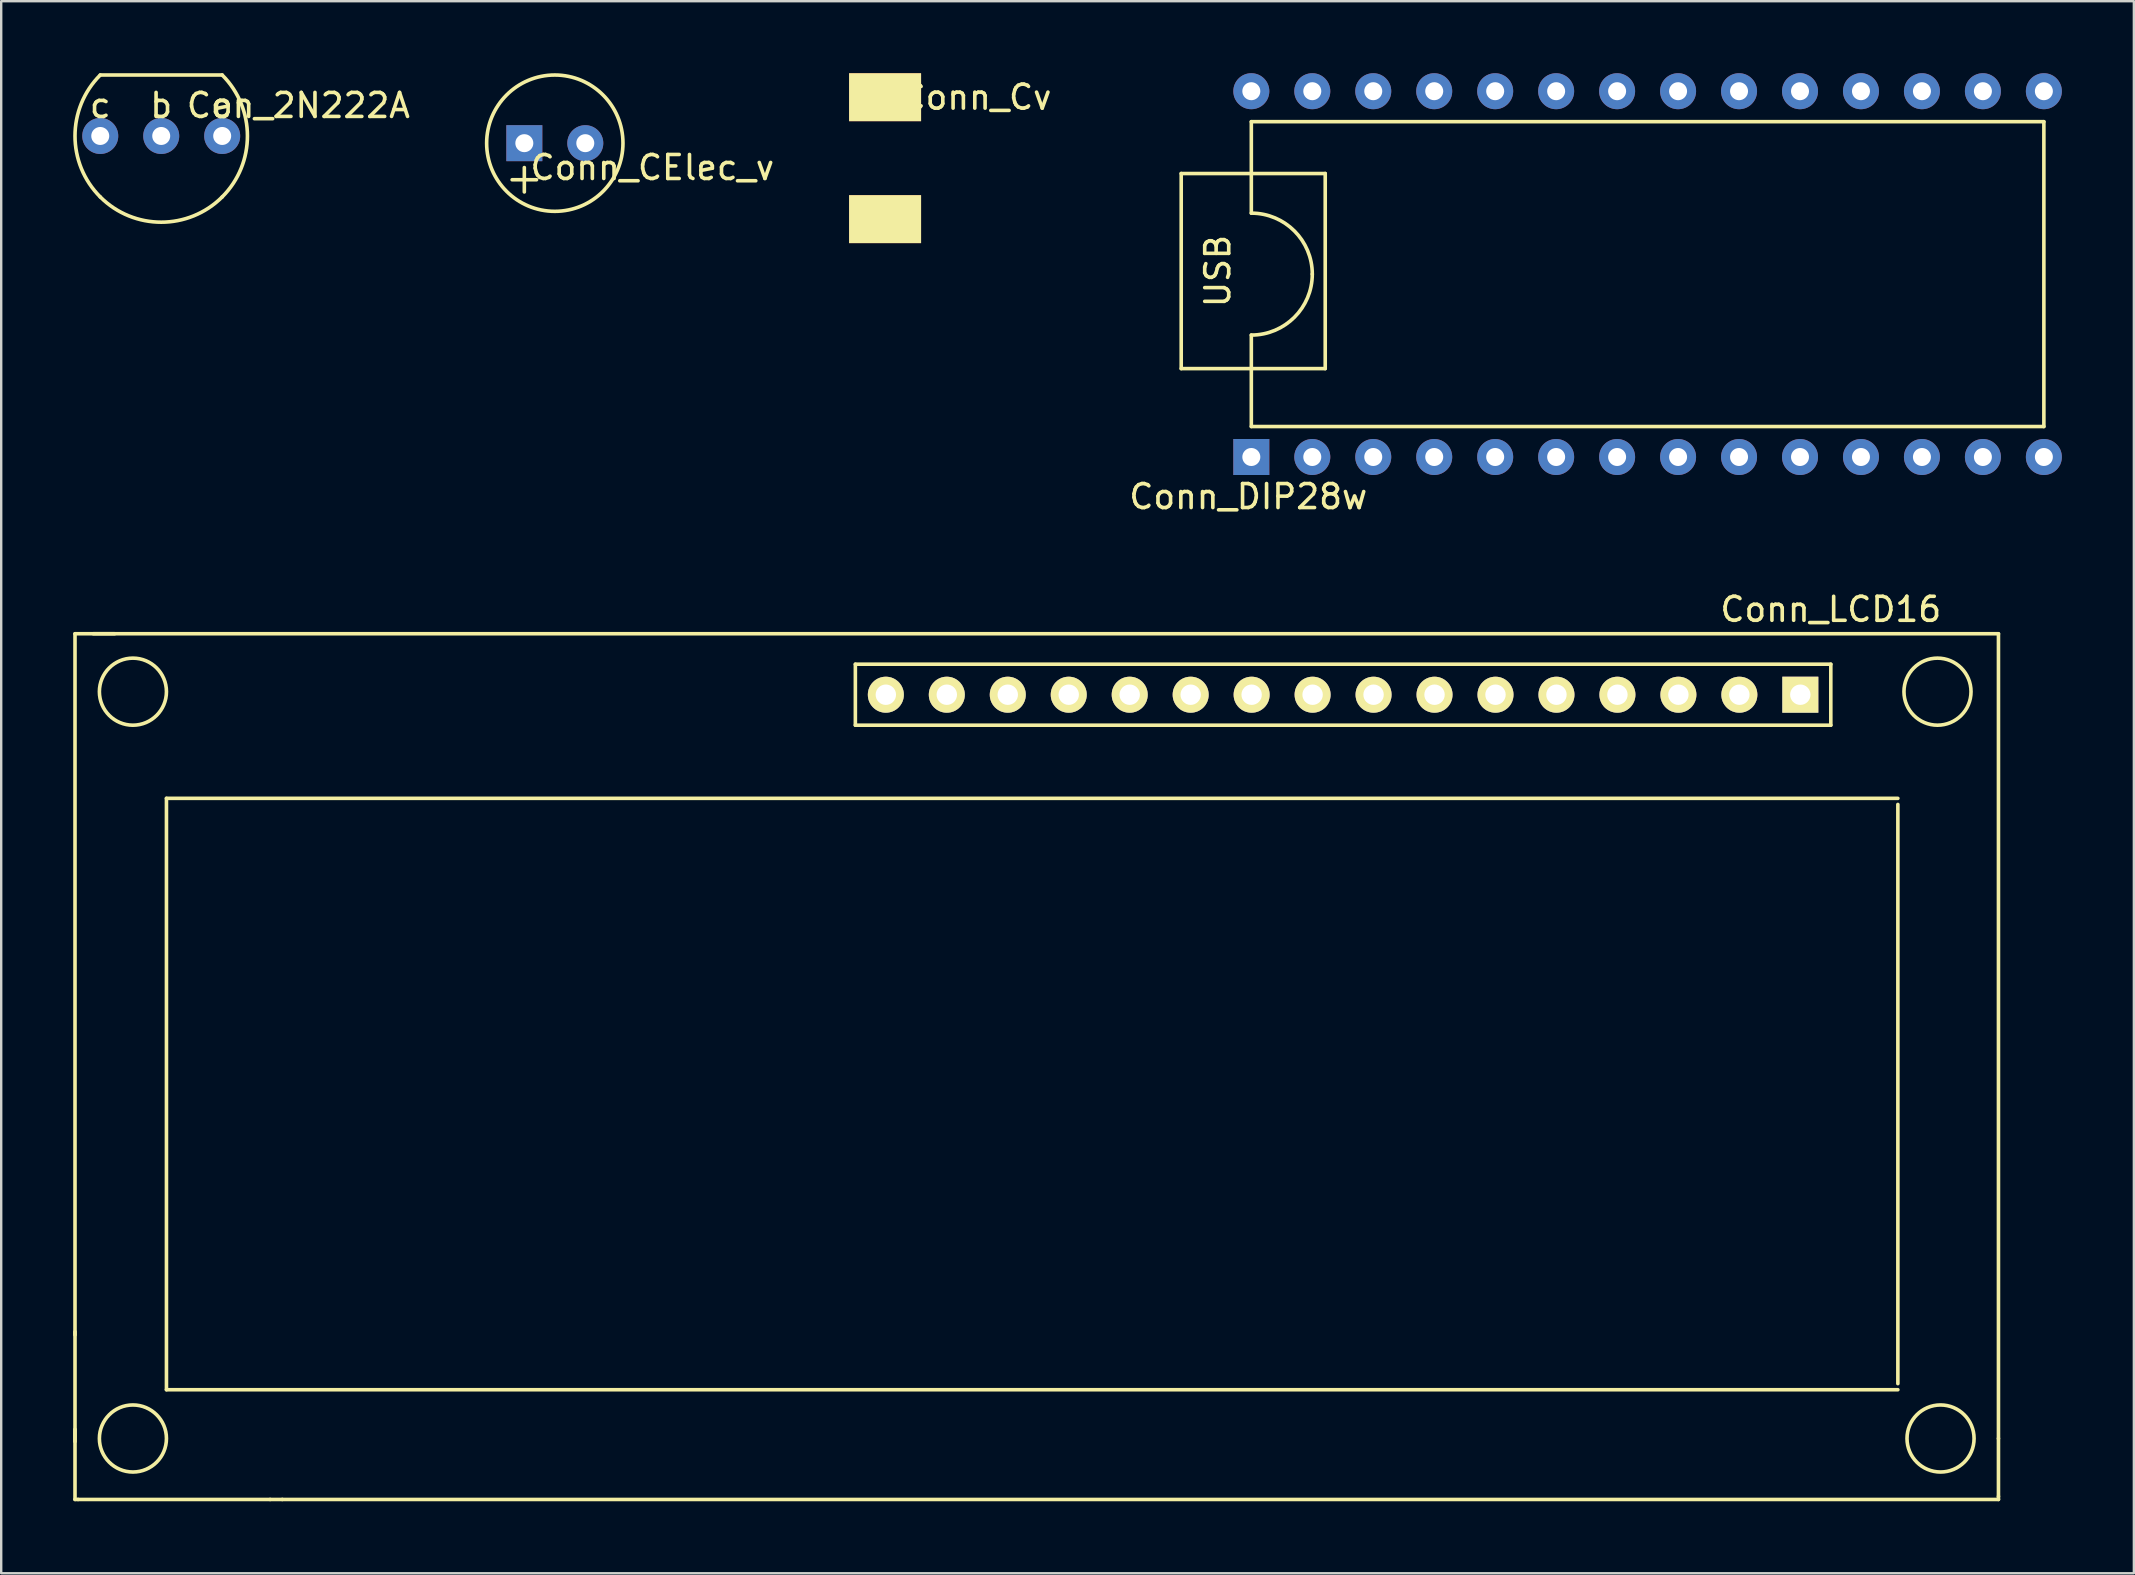
<source format=kicad_pcb>
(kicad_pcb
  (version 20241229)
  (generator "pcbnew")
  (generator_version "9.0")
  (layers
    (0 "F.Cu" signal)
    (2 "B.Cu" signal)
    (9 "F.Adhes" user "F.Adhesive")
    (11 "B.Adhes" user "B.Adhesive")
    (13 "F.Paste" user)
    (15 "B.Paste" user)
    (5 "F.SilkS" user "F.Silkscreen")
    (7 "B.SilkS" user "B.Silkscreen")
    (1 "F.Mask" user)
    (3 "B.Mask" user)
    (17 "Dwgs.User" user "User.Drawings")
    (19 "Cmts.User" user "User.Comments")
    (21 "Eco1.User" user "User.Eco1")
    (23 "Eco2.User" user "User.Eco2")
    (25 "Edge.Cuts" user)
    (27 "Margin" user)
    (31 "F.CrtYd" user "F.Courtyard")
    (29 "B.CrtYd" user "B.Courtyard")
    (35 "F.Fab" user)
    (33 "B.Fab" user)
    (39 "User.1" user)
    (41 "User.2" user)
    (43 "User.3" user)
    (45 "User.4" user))
  (footprint "Conn_CElec_v"
    (layer "F.Cu")
    (at 18.795 2.915)
    (property "Reference" "Conn_CElec_v" (at 5.334 1.016 0) (layer "F.SilkS") (effects (font (size 1 1) (thickness 0.15))))
    (attr through_hole)
    (fp_line (start -0.508 1.524) (end 0.508 1.524) (stroke (width 0.15) (type solid)) (layer "F.SilkS"))
    (fp_line (start 0 1.016) (end 0 2.032) (stroke (width 0.15) (type solid)) (layer "F.SilkS"))
    (fp_circle (center 1.27 0) (end 3.81 1.27) (stroke (width 0.15) (type solid)) (fill no) (layer "F.SilkS"))
    (pad "1" thru_hole rect (at 0 0) (size 1.5 1.5) (drill 0.75) (layers "*.Cu" "*.Mask"))
    (pad "2" thru_hole circle (at 2.54 0) (size 1.5 1.5) (drill 0.75) (layers "*.Cu" "*.Mask")))
  (footprint "Con_2N222A"
    (layer "F.Cu")
    (at 3.667 2.615)
    (property "Reference" "Con_2N222A" (at 5.715 -1.27 0) (layer "F.SilkS") (effects (font (size 1 1) (thickness 0.15))))
    (attr through_hole)
    (fp_line (start -2.54 -2.54) (end 2.54 -2.54) (stroke (width 0.15) (type solid)) (layer "F.SilkS"))
    (fp_arc (start -2.54 2.54) (mid -3.592102 0) (end -2.54 -2.54) (stroke (width 0.15) (type solid)) (layer "F.SilkS"))
    (fp_arc (start 2.54 -2.54) (mid 3.592102 0) (end 2.54 2.54) (stroke (width 0.15) (type solid)) (layer "F.SilkS"))
    (fp_arc (start 2.54 2.54) (mid 0 3.592102) (end -2.54 2.54) (stroke (width 0.15) (type solid)) (layer "F.SilkS"))
    (fp_text user "c" (at -2.54 -1.27 0) (layer "F.SilkS") (effects (font (size 1 1) (thickness 0.15))))
    (fp_text user "b" (at 0 -1.27 0) (layer "F.SilkS") (effects (font (size 1 1) (thickness 0.15))))
    (fp_text user "e" (at 2.54 -1.27 0) (layer "F.SilkS") (effects (font (size 1 1) (thickness 0.15))))
    (pad "1" thru_hole circle (at 2.54 0) (size 1.5 1.5) (drill 0.75) (layers "*.Cu" "*.Mask"))
    (pad "2" thru_hole circle (at 0 0) (size 1.5 1.5) (drill 0.75) (layers "*.Cu" "*.Mask"))
    (pad "3" thru_hole circle (at -2.54 0) (size 1.5 1.5) (drill 0.75) (layers "*.Cu" "*.Mask")))
  (footprint "Conn_DIP28w"
    (layer "F.Cu")
    (at 66.483 8.243)
    (property "Reference" "Conn_DIP28w" (at -17.526 9.398 180) (layer "F.SilkS") (effects (font (size 1 1) (thickness 0.15))))
    (attr through_hole)
    (fp_line (start -20.32 -4.064) (end -20.32 4.064) (stroke (width 0.15) (type solid)) (layer "F.SilkS"))
    (fp_line (start -20.32 -4.064) (end -14.32 -4.064) (stroke (width 0.15) (type solid)) (layer "F.SilkS"))
    (fp_line (start -17.399 -2.413) (end -17.399 -6.223) (stroke (width 0.15) (type solid)) (layer "F.SilkS"))
    (fp_line (start -17.399 6.477) (end -17.399 2.667) (stroke (width 0.15) (type solid)) (layer "F.SilkS"))
    (fp_line (start -17.399 6.477) (end 15.621 6.477) (stroke (width 0.15) (type solid)) (layer "F.SilkS"))
    (fp_line (start -14.32 -4.064) (end -14.32 4.064) (stroke (width 0.15) (type solid)) (layer "F.SilkS"))
    (fp_line (start -14.32 4.064) (end -20.32 4.064) (stroke (width 0.15) (type solid)) (layer "F.SilkS"))
    (fp_line (start 15.621 -6.223) (end -17.399 -6.223) (stroke (width 0.15) (type solid)) (layer "F.SilkS"))
    (fp_line (start 15.621 6.477) (end 15.621 -6.223) (stroke (width 0.15) (type solid)) (layer "F.SilkS"))
    (fp_arc (start -17.399 -2.413) (mid -15.602949 -1.669051) (end -14.859 0.127) (stroke (width 0.15) (type solid)) (layer "F.SilkS"))
    (fp_arc (start -14.859 0.127) (mid -15.602949 1.923051) (end -17.399 2.667) (stroke (width 0.15) (type solid)) (layer "F.SilkS"))
    (fp_text user "USB" (at -18.796 0 90) (layer "F.SilkS") (effects (font (size 1 1) (thickness 0.15))))
    (pad "1" thru_hole rect (at -17.399 7.747 90) (size 1.5 1.5) (drill 0.75) (layers "*.Cu" "*.Mask"))
    (pad "2" thru_hole circle (at -14.859 7.747 90) (size 1.5 1.5) (drill 0.75) (layers "*.Cu" "*.Mask"))
    (pad "3" thru_hole circle (at -12.319 7.747 90) (size 1.5 1.5) (drill 0.75) (layers "*.Cu" "*.Mask"))
    (pad "4" thru_hole circle (at -9.779 7.747 90) (size 1.5 1.5) (drill 0.75) (layers "*.Cu" "*.Mask"))
    (pad "5" thru_hole circle (at -7.239 7.747 90) (size 1.5 1.5) (drill 0.75) (layers "*.Cu" "*.Mask"))
    (pad "6" thru_hole circle (at -4.699 7.747 90) (size 1.5 1.5) (drill 0.75) (layers "*.Cu" "*.Mask"))
    (pad "7" thru_hole circle (at -2.159 7.747 90) (size 1.5 1.5) (drill 0.75) (layers "*.Cu" "*.Mask"))
    (pad "8" thru_hole circle (at 0.381 7.747 90) (size 1.5 1.5) (drill 0.75) (layers "*.Cu" "*.Mask"))
    (pad "9" thru_hole circle (at 2.921 7.747 90) (size 1.5 1.5) (drill 0.75) (layers "*.Cu" "*.Mask"))
    (pad "10" thru_hole circle (at 5.461 7.747 90) (size 1.5 1.5) (drill 0.75) (layers "*.Cu" "*.Mask"))
    (pad "11" thru_hole circle (at 8.001 7.747 90) (size 1.5 1.5) (drill 0.75) (layers "*.Cu" "*.Mask"))
    (pad "12" thru_hole circle (at 10.541 7.747 90) (size 1.5 1.5) (drill 0.75) (layers "*.Cu" "*.Mask"))
    (pad "13" thru_hole circle (at 13.081 7.747 90) (size 1.5 1.5) (drill 0.75) (layers "*.Cu" "*.Mask"))
    (pad "14" thru_hole circle (at 15.621 7.747 90) (size 1.5 1.5) (drill 0.75) (layers "*.Cu" "*.Mask"))
    (pad "15" thru_hole circle (at 15.621 -7.493 90) (size 1.5 1.5) (drill 0.75) (layers "*.Cu" "*.Mask"))
    (pad "16" thru_hole circle (at 13.081 -7.493 90) (size 1.5 1.5) (drill 0.75) (layers "*.Cu" "*.Mask"))
    (pad "17" thru_hole circle (at 10.541 -7.493 90) (size 1.5 1.5) (drill 0.75) (layers "*.Cu" "*.Mask"))
    (pad "18" thru_hole circle (at 8.001 -7.493 90) (size 1.5 1.5) (drill 0.75) (layers "*.Cu" "*.Mask"))
    (pad "19" thru_hole circle (at 5.461 -7.493 90) (size 1.5 1.5) (drill 0.75) (layers "*.Cu" "*.Mask"))
    (pad "20" thru_hole circle (at 2.921 -7.493 90) (size 1.5 1.5) (drill 0.75) (layers "*.Cu" "*.Mask"))
    (pad "21" thru_hole circle (at 0.381 -7.493 90) (size 1.5 1.5) (drill 0.75) (layers "*.Cu" "*.Mask"))
    (pad "22" thru_hole circle (at -2.159 -7.493 90) (size 1.5 1.5) (drill 0.75) (layers "*.Cu" "*.Mask"))
    (pad "23" thru_hole circle (at -4.699 -7.493 90) (size 1.5 1.5) (drill 0.75) (layers "*.Cu" "*.Mask"))
    (pad "24" thru_hole circle (at -7.239 -7.493 90) (size 1.5 1.5) (drill 0.75) (layers "*.Cu" "*.Mask"))
    (pad "25" thru_hole circle (at -9.779 -7.493 90) (size 1.5 1.5) (drill 0.75) (layers "*.Cu" "*.Mask"))
    (pad "26" thru_hole circle (at -12.319 -7.493 90) (size 1.5 1.5) (drill 0.75) (layers "*.Cu" "*.Mask"))
    (pad "27" thru_hole circle (at -14.859 -7.493 90) (size 1.5 1.5) (drill 0.75) (layers "*.Cu" "*.Mask"))
    (pad "28" thru_hole circle (at -17.399 -7.493 90) (size 1.5 1.5) (drill 0.75) (layers "*.Cu" "*.Mask")))
  (footprint "Conn_LCD16"
    (layer "F.Cu")
    (at 27.253 56.882)
    (property "Reference" "Conn_LCD16" (at 45.974 -34.544 0) (layer "F.SilkS") (effects (font (size 1 1) (thickness 0.15))))
    (attr through_hole)
    (fp_line (start -27.178 -33.528) (end 52.959 -33.528) (stroke (width 0.15) (type solid)) (layer "F.SilkS"))
    (fp_line (start -27.178 -4.318) (end -27.178 -33.528) (stroke (width 0.15) (type solid)) (layer "F.SilkS"))
    (fp_line (start -27.178 0.127) (end -27.178 -0.381) (stroke (width 0.15) (type solid)) (layer "F.SilkS"))
    (fp_line (start -27.178 2.54) (end -27.178 -4.445) (stroke (width 0.15) (type solid)) (layer "F.SilkS"))
    (fp_line (start -27.051 2.54) (end -27.178 2.54) (stroke (width 0.15) (type solid)) (layer "F.SilkS"))
    (fp_line (start -26.416 -33.528) (end -25.527 -33.528) (stroke (width 0.15) (type solid)) (layer "F.SilkS"))
    (fp_line (start -23.368 -26.67) (end -23.368 -2.032) (stroke (width 0.15) (type solid)) (layer "F.SilkS"))
    (fp_line (start -23.368 -26.67) (end 48.768 -26.67) (stroke (width 0.15) (type solid)) (layer "F.SilkS"))
    (fp_line (start -23.368 -2.032) (end 48.768 -2.032) (stroke (width 0.15) (type solid)) (layer "F.SilkS"))
    (fp_line (start -19.05 2.54) (end -27.051 2.54) (stroke (width 0.15) (type solid)) (layer "F.SilkS"))
    (fp_line (start -19.05 2.54) (end -18.542 2.54) (stroke (width 0.15) (type solid)) (layer "F.SilkS"))
    (fp_line (start -18.542 2.54) (end 52.959 2.54) (stroke (width 0.15) (type solid)) (layer "F.SilkS"))
    (fp_line (start 5.334 -32.258) (end 45.974 -32.258) (stroke (width 0.15) (type solid)) (layer "F.SilkS"))
    (fp_line (start 5.334 -29.718) (end 5.334 -32.258) (stroke (width 0.15) (type solid)) (layer "F.SilkS"))
    (fp_line (start 45.974 -32.258) (end 45.974 -29.718) (stroke (width 0.15) (type solid)) (layer "F.SilkS"))
    (fp_line (start 45.974 -29.718) (end 5.334 -29.718) (stroke (width 0.15) (type solid)) (layer "F.SilkS"))
    (fp_line (start 48.768 -26.416) (end 48.768 -2.286) (stroke (width 0.15) (type solid)) (layer "F.SilkS"))
    (fp_line (start 52.959 0) (end 52.959 -33.528) (stroke (width 0.15) (type solid)) (layer "F.SilkS"))
    (fp_line (start 52.959 0) (end 52.959 2.413) (stroke (width 0.15) (type solid)) (layer "F.SilkS"))
    (fp_line (start 52.959 2.413) (end 52.959 2.54) (stroke (width 0.15) (type solid)) (layer "F.SilkS"))
    (fp_circle (center -24.765 -31.115) (end -24.765 -32.512) (stroke (width 0.15) (type solid)) (fill no) (layer "F.SilkS"))
    (fp_circle (center -24.765 0) (end -24.765 -1.397) (stroke (width 0.15) (type solid)) (fill no) (layer "F.SilkS"))
    (fp_circle (center 50.419 -31.115) (end 51.816 -31.115) (stroke (width 0.15) (type solid)) (fill no) (layer "F.SilkS"))
    (fp_circle (center 50.546 0) (end 50.546 1.397) (stroke (width 0.15) (type solid)) (fill no) (layer "F.SilkS"))
    (pad "1" thru_hole rect (at 44.704 -30.988 180) (size 1.5 1.5) (drill 0.85) (layers "*.Cu" "*.Mask" "F.SilkS"))
    (pad "2" thru_hole circle (at 42.164 -30.988 180) (size 1.5 1.5) (drill 0.85) (layers "*.Cu" "*.Mask" "F.SilkS"))
    (pad "3" thru_hole circle (at 39.624 -30.988 180) (size 1.5 1.5) (drill 0.85) (layers "*.Cu" "*.Mask" "F.SilkS"))
    (pad "4" thru_hole circle (at 37.084 -30.988 180) (size 1.5 1.5) (drill 0.85) (layers "*.Cu" "*.Mask" "F.SilkS"))
    (pad "5" thru_hole circle (at 34.544 -30.988 180) (size 1.5 1.5) (drill 0.85) (layers "*.Cu" "*.Mask" "F.SilkS"))
    (pad "6" thru_hole circle (at 32.004 -30.988 180) (size 1.5 1.5) (drill 0.85) (layers "*.Cu" "*.Mask" "F.SilkS"))
    (pad "7" thru_hole circle (at 29.464 -30.988 180) (size 1.5 1.5) (drill 0.85) (layers "*.Cu" "*.Mask" "F.SilkS"))
    (pad "8" thru_hole circle (at 26.924 -30.988 180) (size 1.5 1.5) (drill 0.85) (layers "*.Cu" "*.Mask" "F.SilkS"))
    (pad "9" thru_hole circle (at 24.384 -30.988 180) (size 1.5 1.5) (drill 0.85) (layers "*.Cu" "*.Mask" "F.SilkS"))
    (pad "10" thru_hole circle (at 21.844 -30.988 180) (size 1.5 1.5) (drill 0.85) (layers "*.Cu" "*.Mask" "F.SilkS"))
    (pad "11" thru_hole circle (at 19.304 -30.988 180) (size 1.5 1.5) (drill 0.85) (layers "*.Cu" "*.Mask" "F.SilkS"))
    (pad "12" thru_hole circle (at 16.764 -30.988 180) (size 1.5 1.5) (drill 0.85) (layers "*.Cu" "*.Mask" "F.SilkS"))
    (pad "13" thru_hole circle (at 14.224 -30.988 180) (size 1.5 1.5) (drill 0.85) (layers "*.Cu" "*.Mask" "F.SilkS"))
    (pad "14" thru_hole circle (at 11.684 -30.988 180) (size 1.5 1.5) (drill 0.85) (layers "*.Cu" "*.Mask" "F.SilkS"))
    (pad "15" thru_hole circle (at 9.144 -30.988 180) (size 1.5 1.5) (drill 0.85) (layers "*.Cu" "*.Mask" "F.SilkS"))
    (pad "16" thru_hole circle (at 6.604 -30.988 180) (size 1.5 1.5) (drill 0.85) (layers "*.Cu" "*.Mask" "F.SilkS")))
  (footprint "Conn_Cv"
    (layer "F.Cu")
    (at 33.825 3.54)
    (property "Reference" "Conn_Cv" (at 3.81 -2.54 0) (layer "F.SilkS") (effects (font (size 1 1) (thickness 0.15))))
    (attr through_hole)
    (pad "1" smd rect (at 0 -2.54) (size 3 2) (layers "F.Cu" "F.Mask" "F.SilkS"))
    (pad "2" smd rect (at 0 2.54) (size 3 2) (layers "F.Cu" "F.Mask" "F.SilkS")))
  (gr_rect
    (start -3 -3)
    (end 85.854 62.496)
    (stroke (width 0.1) (type default))
    (fill no)
    (layer "Edge.Cuts")))
</source>
